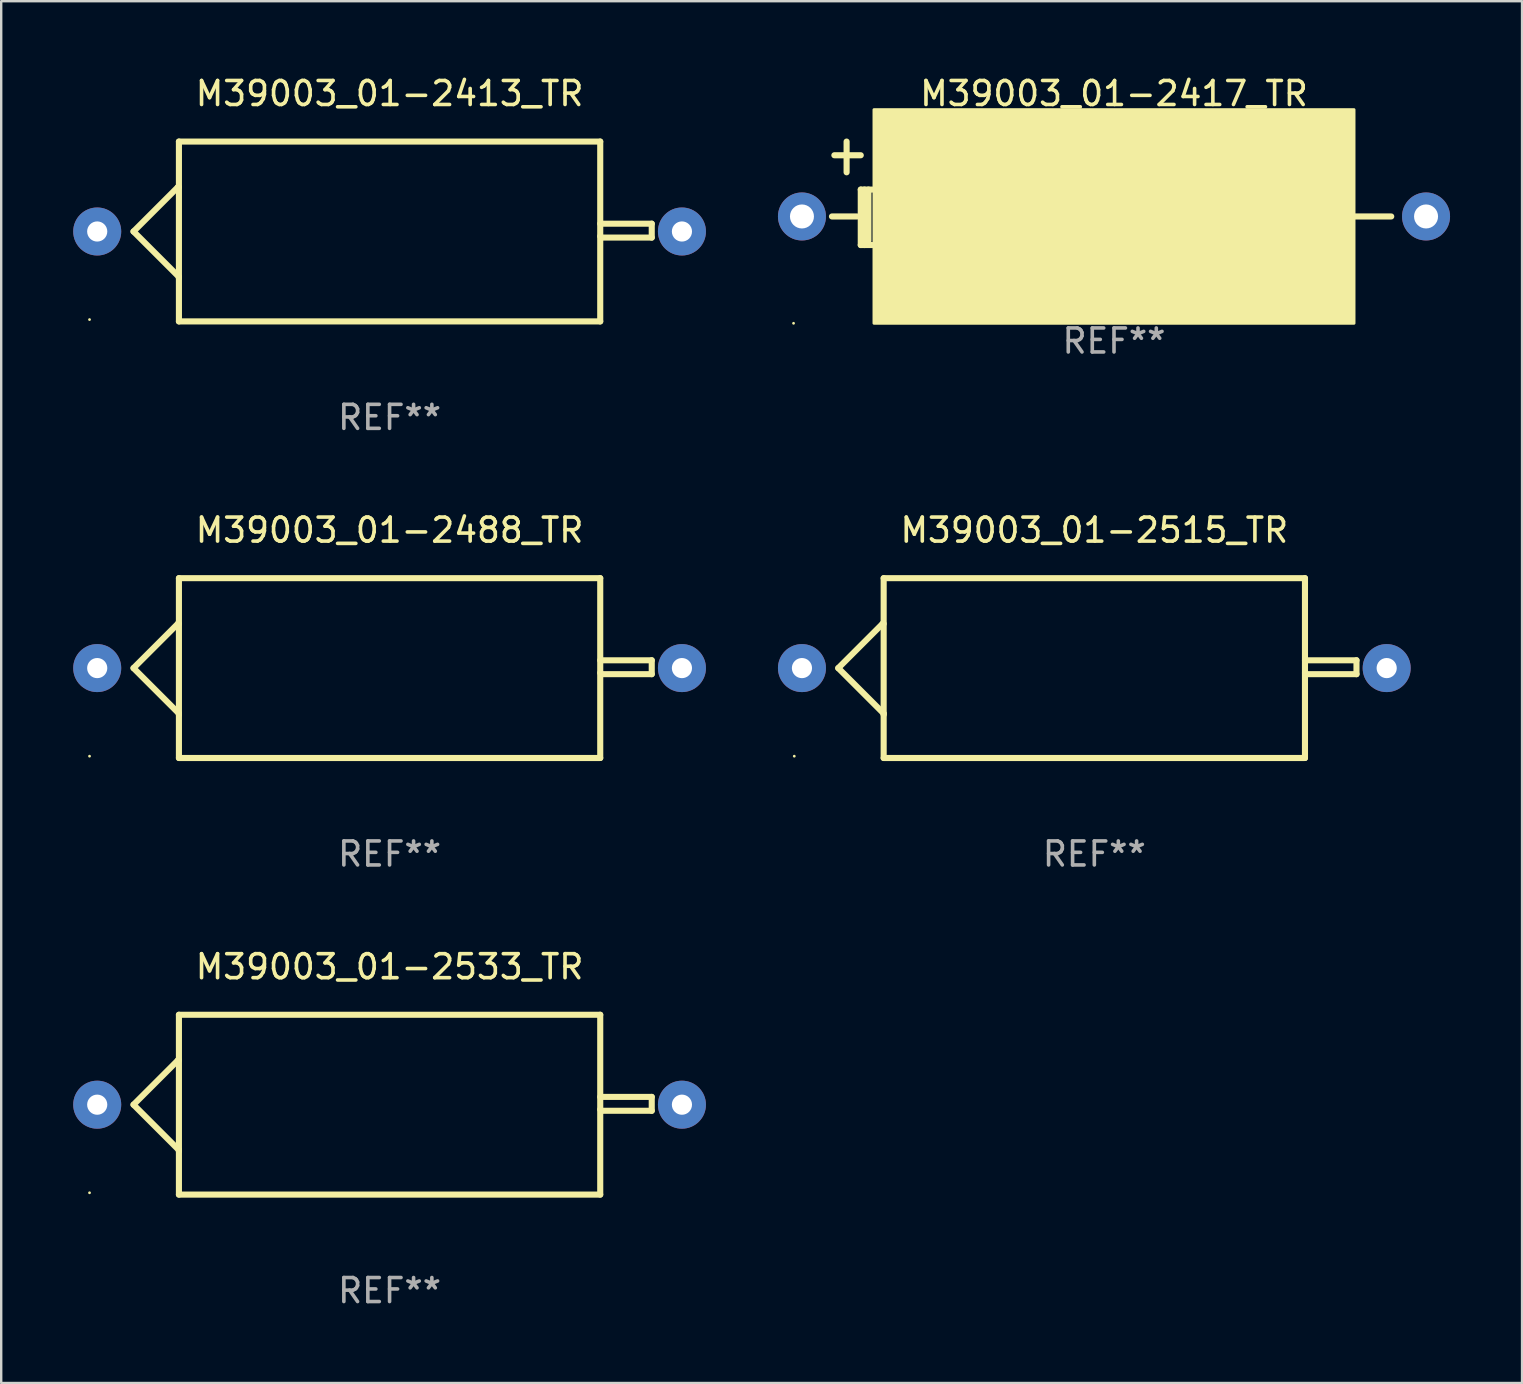
<source format=kicad_pcb>
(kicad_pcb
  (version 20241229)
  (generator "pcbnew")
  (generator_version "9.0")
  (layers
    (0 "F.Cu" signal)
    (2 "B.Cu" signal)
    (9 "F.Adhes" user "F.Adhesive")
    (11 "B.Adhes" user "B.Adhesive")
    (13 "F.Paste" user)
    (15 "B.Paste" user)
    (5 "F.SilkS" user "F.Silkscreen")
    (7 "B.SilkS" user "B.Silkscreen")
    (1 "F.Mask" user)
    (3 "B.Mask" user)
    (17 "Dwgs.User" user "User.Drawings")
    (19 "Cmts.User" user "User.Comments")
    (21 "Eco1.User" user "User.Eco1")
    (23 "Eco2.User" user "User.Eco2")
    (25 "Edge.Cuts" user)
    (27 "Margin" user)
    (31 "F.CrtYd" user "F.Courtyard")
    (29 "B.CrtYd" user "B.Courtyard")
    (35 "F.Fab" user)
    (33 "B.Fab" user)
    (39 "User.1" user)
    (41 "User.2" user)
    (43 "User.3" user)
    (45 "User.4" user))
  (footprint "M39003_01-2413_TR"
    (layer "F.Cu")
    (at 13.18 6.594)
    (property "Reference" "M39003_01-2413_TR" (at 0 -5.746 0) (layer "F.SilkS") (effects (font (size 1 1) (thickness 0.15))))
    (attr through_hole)
    (fp_line (start -10.668 0) (end -8.776 1.892) (stroke (width 0.254) (type solid)) (layer "F.SilkS"))
    (fp_line (start -8.821 -1.847) (end -10.668 0) (stroke (width 0.254) (type solid)) (layer "F.SilkS"))
    (fp_line (start -8.776 -1.847) (end -8.821 -1.847) (stroke (width 0.254) (type solid)) (layer "F.SilkS"))
    (fp_line (start -8.776 1.892) (end -8.776 1.943) (stroke (width 0.254) (type solid)) (layer "F.SilkS"))
    (fp_line (start -8.776 -3.746) (end 8.776 -3.746) (stroke (width 0.254) (type solid)) (layer "F.SilkS"))
    (fp_line (start -8.776 3.746) (end -8.776 -3.746) (stroke (width 0.254) (type solid)) (layer "F.SilkS"))
    (fp_line (start 8.776 -3.746) (end 8.776 3.746) (stroke (width 0.254) (type solid)) (layer "F.SilkS"))
    (fp_line (start 8.776 -0.325) (end 10.922 -0.325) (stroke (width 0.254) (type solid)) (layer "F.SilkS"))
    (fp_line (start 8.776 3.746) (end -8.776 3.746) (stroke (width 0.254) (type solid)) (layer "F.SilkS"))
    (fp_line (start 8.831 0.254) (end 8.776 0.199) (stroke (width 0.254) (type solid)) (layer "F.SilkS"))
    (fp_line (start 10.922 -0.325) (end 10.922 0.254) (stroke (width 0.254) (type solid)) (layer "F.SilkS"))
    (fp_line (start 10.922 0.254) (end 8.831 0.254) (stroke (width 0.254) (type solid)) (layer "F.SilkS"))
    (fp_circle (center -12.5 3.67) (end -12.47 3.67) (stroke (width 0.06) (type solid)) (fill no) (layer "F.SilkS"))
    (fp_text user "+" (at -8.323 0.924 0) (layer "B.Mask") (effects (font (size 1 1) (thickness 0.15))))
    (fp_text user "REF**" (at 0 7.746 0) (layer "F.Fab") (effects (font (size 1 1) (thickness 0.15))))
    (pad "1" thru_hole circle (at -12.18 0) (size 2 2) (drill 0.84) (layers "*.Cu" "*.Mask"))
    (pad "2" thru_hole circle (at 12.18 0) (size 2 2) (drill 0.84) (layers "*.Cu" "*.Mask")))
  (footprint "M39003_01-2417_TR"
    (layer "F.Cu")
    (at 43.36 5.003)
    (property "Reference" "M39003_01-2417_TR" (at 0 -4.155 0) (layer "F.SilkS") (effects (font (size 1 1) (thickness 0.15))))
    (attr through_hole)
    (fp_line (start -11.65 -1.585) (end -10.55 -1.585) (stroke (width 0.254) (type solid)) (layer "F.SilkS"))
    (fp_line (start -11.14 -2.155) (end -11.14 -0.875) (stroke (width 0.254) (type solid)) (layer "F.SilkS"))
    (fp_line (start -10.7 0.965) (end -11.75 0.965) (stroke (width 0.254) (type solid)) (layer "F.SilkS"))
    (fp_line (start -10.55 -0.155) (end -10.55 2.155) (stroke (width 0.254) (type solid)) (layer "F.SilkS"))
    (fp_line (start -10.55 2.155) (end -10.08 2.155) (stroke (width 0.254) (type solid)) (layer "F.SilkS"))
    (fp_line (start -10.396 -0.155) (end -10.396 2.155) (stroke (width 0.254) (type solid)) (layer "F.SilkS"))
    (fp_line (start -10.231 -0.155) (end -10.231 1.985) (stroke (width 0.254) (type solid)) (layer "F.SilkS"))
    (fp_line (start -10.08 -0.155) (end -10.55 -0.155) (stroke (width 0.254) (type solid)) (layer "F.SilkS"))
    (fp_line (start 10 0.965) (end 11.55 0.965) (stroke (width 0.254) (type solid)) (layer "F.SilkS"))
    (fp_circle (center -13.35 5.415) (end -13.32 5.415) (stroke (width 0.06) (type solid)) (fill no) (layer "F.SilkS"))
    (fp_poly (pts (xy -10 -3.485) (xy 10 -3.485) (xy 10 5.415) (xy -10 5.415)) (stroke (width 0.12) (type solid)) (fill yes) (layer "F.SilkS"))
    (fp_text user "REF**" (at 0 6.155 0) (layer "F.Fab") (effects (font (size 1 1) (thickness 0.15))))
    (pad "1" thru_hole circle (at -13 0.965) (size 2 2) (drill 1) (layers "*.Cu" "*.Mask"))
    (pad "2" thru_hole circle (at 13 0.965) (size 2 2) (drill 1) (layers "*.Cu" "*.Mask")))
  (footprint "M39003_01-2515_TR"
    (layer "F.Cu")
    (at 42.54 24.783)
    (property "Reference" "M39003_01-2515_TR" (at 0 -5.746 0) (layer "F.SilkS") (effects (font (size 1 1) (thickness 0.15))))
    (attr through_hole)
    (fp_line (start -10.668 0) (end -8.776 1.892) (stroke (width 0.254) (type solid)) (layer "F.SilkS"))
    (fp_line (start -8.821 -1.847) (end -10.668 0) (stroke (width 0.254) (type solid)) (layer "F.SilkS"))
    (fp_line (start -8.776 -1.847) (end -8.821 -1.847) (stroke (width 0.254) (type solid)) (layer "F.SilkS"))
    (fp_line (start -8.776 1.892) (end -8.776 1.943) (stroke (width 0.254) (type solid)) (layer "F.SilkS"))
    (fp_line (start -8.776 -3.746) (end 8.776 -3.746) (stroke (width 0.254) (type solid)) (layer "F.SilkS"))
    (fp_line (start -8.776 3.746) (end -8.776 -3.746) (stroke (width 0.254) (type solid)) (layer "F.SilkS"))
    (fp_line (start 8.776 -3.746) (end 8.776 3.746) (stroke (width 0.254) (type solid)) (layer "F.SilkS"))
    (fp_line (start 8.776 -0.325) (end 10.922 -0.325) (stroke (width 0.254) (type solid)) (layer "F.SilkS"))
    (fp_line (start 8.776 3.746) (end -8.776 3.746) (stroke (width 0.254) (type solid)) (layer "F.SilkS"))
    (fp_line (start 8.831 0.254) (end 8.776 0.199) (stroke (width 0.254) (type solid)) (layer "F.SilkS"))
    (fp_line (start 10.922 -0.325) (end 10.922 0.254) (stroke (width 0.254) (type solid)) (layer "F.SilkS"))
    (fp_line (start 10.922 0.254) (end 8.831 0.254) (stroke (width 0.254) (type solid)) (layer "F.SilkS"))
    (fp_circle (center -12.5 3.67) (end -12.47 3.67) (stroke (width 0.06) (type solid)) (fill no) (layer "F.SilkS"))
    (fp_text user "+" (at -8.323 0.924 0) (layer "B.Mask") (effects (font (size 1 1) (thickness 0.15))))
    (fp_text user "REF**" (at 0 7.746 0) (layer "F.Fab") (effects (font (size 1 1) (thickness 0.15))))
    (pad "1" thru_hole circle (at -12.18 0) (size 2 2) (drill 0.84) (layers "*.Cu" "*.Mask"))
    (pad "2" thru_hole circle (at 12.18 0) (size 2 2) (drill 0.84) (layers "*.Cu" "*.Mask")))
  (footprint "M39003_01-2488_TR"
    (layer "F.Cu")
    (at 13.18 24.783)
    (property "Reference" "M39003_01-2488_TR" (at 0 -5.746 0) (layer "F.SilkS") (effects (font (size 1 1) (thickness 0.15))))
    (attr through_hole)
    (fp_line (start -10.668 0) (end -8.776 1.892) (stroke (width 0.254) (type solid)) (layer "F.SilkS"))
    (fp_line (start -8.821 -1.847) (end -10.668 0) (stroke (width 0.254) (type solid)) (layer "F.SilkS"))
    (fp_line (start -8.776 -1.847) (end -8.821 -1.847) (stroke (width 0.254) (type solid)) (layer "F.SilkS"))
    (fp_line (start -8.776 1.892) (end -8.776 1.943) (stroke (width 0.254) (type solid)) (layer "F.SilkS"))
    (fp_line (start -8.776 -3.746) (end 8.776 -3.746) (stroke (width 0.254) (type solid)) (layer "F.SilkS"))
    (fp_line (start -8.776 3.746) (end -8.776 -3.746) (stroke (width 0.254) (type solid)) (layer "F.SilkS"))
    (fp_line (start 8.776 -3.746) (end 8.776 3.746) (stroke (width 0.254) (type solid)) (layer "F.SilkS"))
    (fp_line (start 8.776 -0.325) (end 10.922 -0.325) (stroke (width 0.254) (type solid)) (layer "F.SilkS"))
    (fp_line (start 8.776 3.746) (end -8.776 3.746) (stroke (width 0.254) (type solid)) (layer "F.SilkS"))
    (fp_line (start 8.831 0.254) (end 8.776 0.199) (stroke (width 0.254) (type solid)) (layer "F.SilkS"))
    (fp_line (start 10.922 -0.325) (end 10.922 0.254) (stroke (width 0.254) (type solid)) (layer "F.SilkS"))
    (fp_line (start 10.922 0.254) (end 8.831 0.254) (stroke (width 0.254) (type solid)) (layer "F.SilkS"))
    (fp_circle (center -12.5 3.67) (end -12.47 3.67) (stroke (width 0.06) (type solid)) (fill no) (layer "F.SilkS"))
    (fp_text user "+" (at -8.323 0.924 0) (layer "B.Mask") (effects (font (size 1 1) (thickness 0.15))))
    (fp_text user "REF**" (at 0 7.746 0) (layer "F.Fab") (effects (font (size 1 1) (thickness 0.15))))
    (pad "1" thru_hole circle (at -12.18 0) (size 2 2) (drill 0.84) (layers "*.Cu" "*.Mask"))
    (pad "2" thru_hole circle (at 12.18 0) (size 2 2) (drill 0.84) (layers "*.Cu" "*.Mask")))
  (footprint "M39003_01-2533_TR"
    (layer "F.Cu")
    (at 13.18 42.972)
    (property "Reference" "M39003_01-2533_TR" (at 0 -5.746 0) (layer "F.SilkS") (effects (font (size 1 1) (thickness 0.15))))
    (attr through_hole)
    (fp_line (start -10.668 0) (end -8.776 1.892) (stroke (width 0.254) (type solid)) (layer "F.SilkS"))
    (fp_line (start -8.821 -1.847) (end -10.668 0) (stroke (width 0.254) (type solid)) (layer "F.SilkS"))
    (fp_line (start -8.776 -1.847) (end -8.821 -1.847) (stroke (width 0.254) (type solid)) (layer "F.SilkS"))
    (fp_line (start -8.776 1.892) (end -8.776 1.943) (stroke (width 0.254) (type solid)) (layer "F.SilkS"))
    (fp_line (start -8.776 -3.746) (end 8.776 -3.746) (stroke (width 0.254) (type solid)) (layer "F.SilkS"))
    (fp_line (start -8.776 3.746) (end -8.776 -3.746) (stroke (width 0.254) (type solid)) (layer "F.SilkS"))
    (fp_line (start 8.776 -3.746) (end 8.776 3.746) (stroke (width 0.254) (type solid)) (layer "F.SilkS"))
    (fp_line (start 8.776 -0.325) (end 10.922 -0.325) (stroke (width 0.254) (type solid)) (layer "F.SilkS"))
    (fp_line (start 8.776 3.746) (end -8.776 3.746) (stroke (width 0.254) (type solid)) (layer "F.SilkS"))
    (fp_line (start 8.831 0.254) (end 8.776 0.199) (stroke (width 0.254) (type solid)) (layer "F.SilkS"))
    (fp_line (start 10.922 -0.325) (end 10.922 0.254) (stroke (width 0.254) (type solid)) (layer "F.SilkS"))
    (fp_line (start 10.922 0.254) (end 8.831 0.254) (stroke (width 0.254) (type solid)) (layer "F.SilkS"))
    (fp_circle (center -12.5 3.67) (end -12.47 3.67) (stroke (width 0.06) (type solid)) (fill no) (layer "F.SilkS"))
    (fp_text user "+" (at -8.323 0.924 0) (layer "B.Mask") (effects (font (size 1 1) (thickness 0.15))))
    (fp_text user "REF**" (at 0 7.746 0) (layer "F.Fab") (effects (font (size 1 1) (thickness 0.15))))
    (pad "1" thru_hole circle (at -12.18 0) (size 2 2) (drill 0.84) (layers "*.Cu" "*.Mask"))
    (pad "2" thru_hole circle (at 12.18 0) (size 2 2) (drill 0.84) (layers "*.Cu" "*.Mask")))
  (gr_rect
    (start -3 -3)
    (end 60.36 54.567)
    (stroke (width 0.1) (type default))
    (fill no)
    (layer "Edge.Cuts")))
</source>
